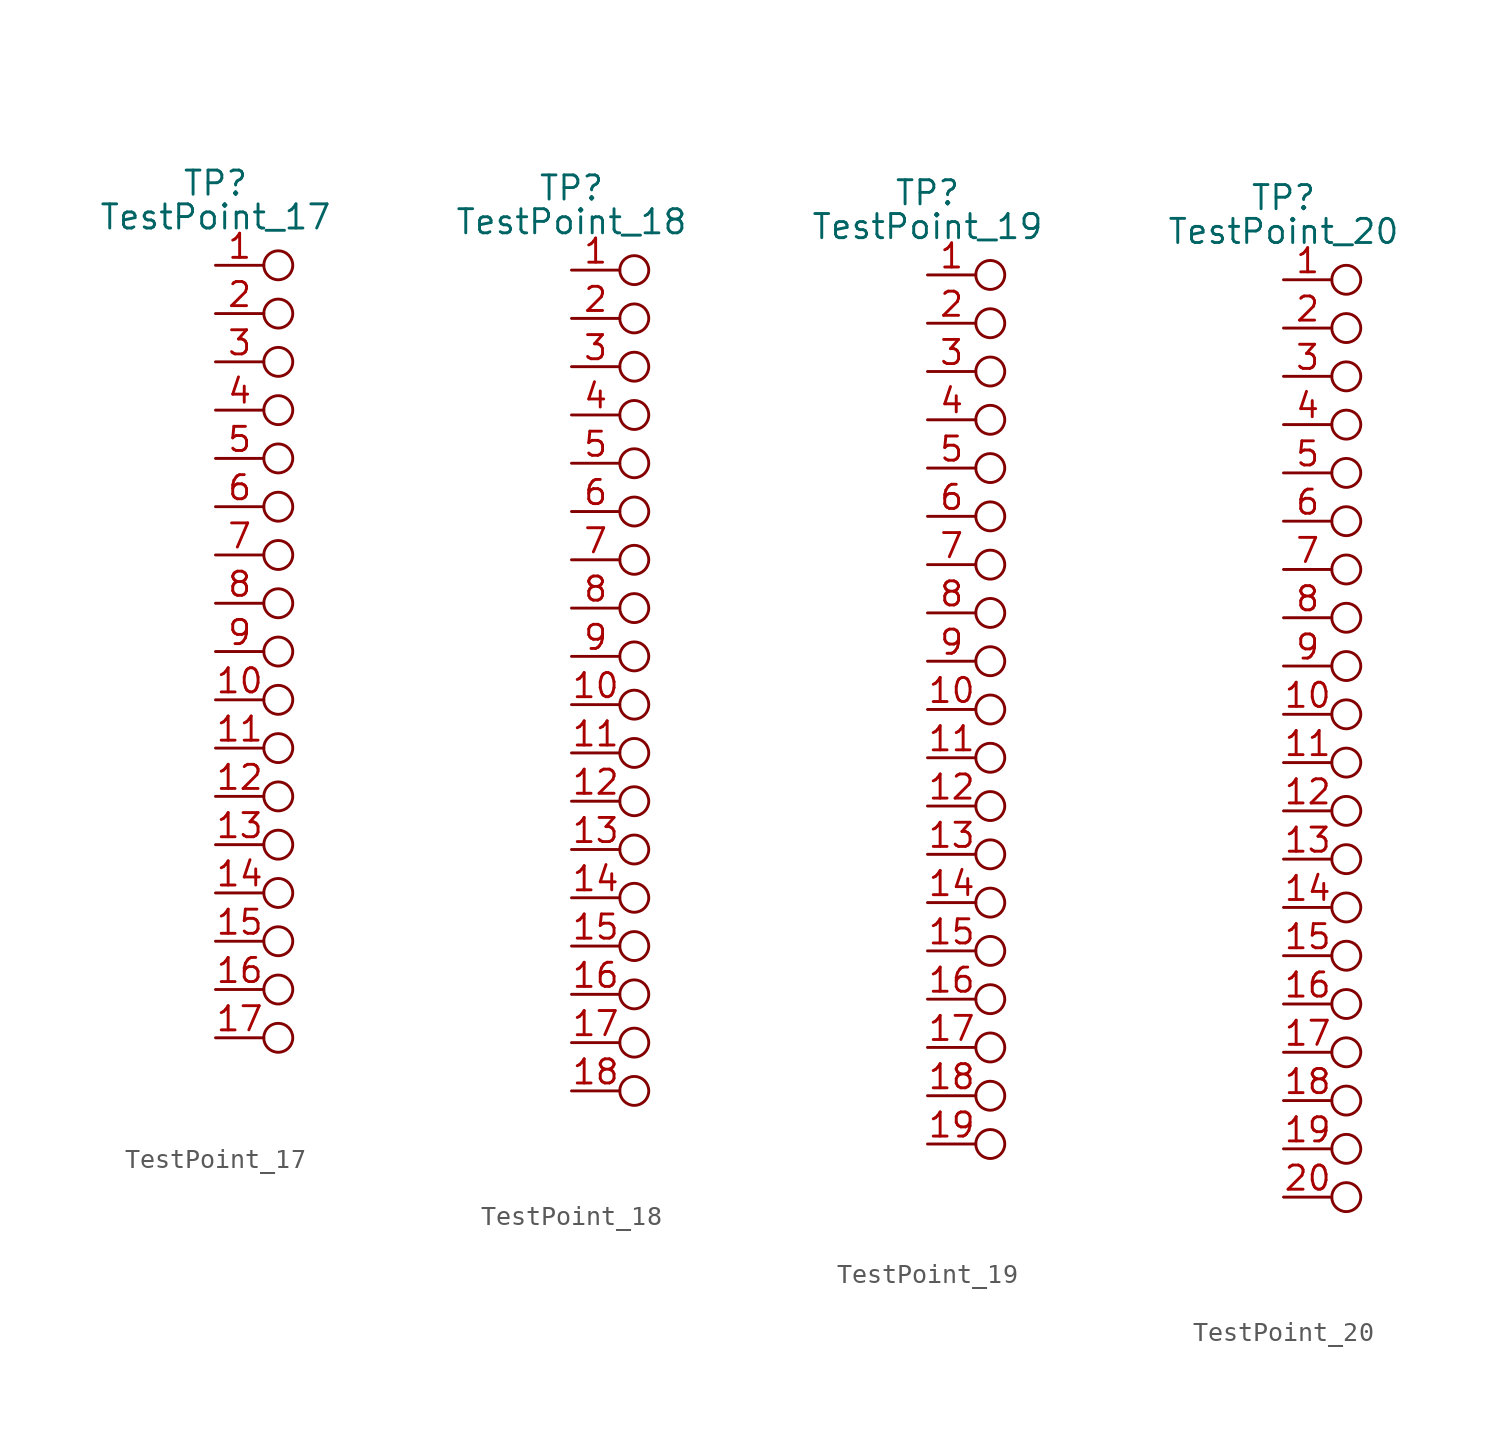
<source format=kicad_sym>
(kicad_symbol_lib
  (version 20211014)
  (generator kicad_symbol_editor)
  (symbol "TestPoint_17"
    (pin_names
      (offset 0.762) hide)
    (property "Reference" "TP"
      (at 0 4.318 0)
      (effects (font (size 1.27 1.27))))
    (property "Value" "TestPoint_17"
      (at 0 2.54 0)
      (effects (font (size 1.27 1.27))))
    (symbol "TestPoint_17_0_1"
      (circle (center 3.302 0) (radius 0.762) (stroke (width 0) (type default) (color 0 0 0 0)) (fill (type none))))
    (symbol "TestPoint_17_1_1"
      (circle (center 3.302 -40.64) (radius 0.762) (stroke (width 0) (type default) (color 0 0 0 0)) (fill (type none)))
      (circle (center 3.302 -38.1) (radius 0.762) (stroke (width 0) (type default) (color 0 0 0 0)) (fill (type none)))
      (circle (center 3.302 -35.56) (radius 0.762) (stroke (width 0) (type default) (color 0 0 0 0)) (fill (type none)))
      (circle (center 3.302 -33.02) (radius 0.762) (stroke (width 0) (type default) (color 0 0 0 0)) (fill (type none)))
      (circle (center 3.302 -30.48) (radius 0.762) (stroke (width 0) (type default) (color 0 0 0 0)) (fill (type none)))
      (circle (center 3.302 -27.94) (radius 0.762) (stroke (width 0) (type default) (color 0 0 0 0)) (fill (type none)))
      (circle (center 3.302 -25.4) (radius 0.762) (stroke (width 0) (type default) (color 0 0 0 0)) (fill (type none)))
      (circle (center 3.302 -22.86) (radius 0.762) (stroke (width 0) (type default) (color 0 0 0 0)) (fill (type none)))
      (circle (center 3.302 -20.32) (radius 0.762) (stroke (width 0) (type default) (color 0 0 0 0)) (fill (type none)))
      (circle (center 3.302 -17.78) (radius 0.762) (stroke (width 0) (type default) (color 0 0 0 0)) (fill (type none)))
      (circle (center 3.302 -15.24) (radius 0.762) (stroke (width 0) (type default) (color 0 0 0 0)) (fill (type none)))
      (circle (center 3.302 -12.7) (radius 0.762) (stroke (width 0) (type default) (color 0 0 0 0)) (fill (type none)))
      (circle (center 3.302 -10.16) (radius 0.762) (stroke (width 0) (type default) (color 0 0 0 0)) (fill (type none)))
      (circle (center 3.302 -7.62) (radius 0.762) (stroke (width 0) (type default) (color 0 0 0 0)) (fill (type none)))
      (circle (center 3.302 -5.08) (radius 0.762) (stroke (width 0) (type default) (color 0 0 0 0)) (fill (type none)))
      (circle (center 3.302 -2.54) (radius 0.762) (stroke (width 0) (type default) (color 0 0 0 0)) (fill (type none)))
      (pin passive line (at 0 0 0) (length 2.54) (name "1" (effects (font (size 1.27 1.27)))) (number "1" (effects (font (size 1.27 1.27)))))
      (pin passive line (at 0 -22.86 0) (length 2.54) (name "10" (effects (font (size 1.27 1.27)))) (number "10" (effects (font (size 1.27 1.27)))))
      (pin passive line (at 0 -25.4 0) (length 2.54) (name "11" (effects (font (size 1.27 1.27)))) (number "11" (effects (font (size 1.27 1.27)))))
      (pin passive line (at 0 -27.94 0) (length 2.54) (name "12" (effects (font (size 1.27 1.27)))) (number "12" (effects (font (size 1.27 1.27)))))
      (pin passive line (at 0 -30.48 0) (length 2.54) (name "13" (effects (font (size 1.27 1.27)))) (number "13" (effects (font (size 1.27 1.27)))))
      (pin passive line (at 0 -33.02 0) (length 2.54) (name "14" (effects (font (size 1.27 1.27)))) (number "14" (effects (font (size 1.27 1.27)))))
      (pin passive line (at 0 -35.56 0) (length 2.54) (name "15" (effects (font (size 1.27 1.27)))) (number "15" (effects (font (size 1.27 1.27)))))
      (pin passive line (at 0 -38.1 0) (length 2.54) (name "16" (effects (font (size 1.27 1.27)))) (number "16" (effects (font (size 1.27 1.27)))))
      (pin passive line (at 0 -40.64 0) (length 2.54) (name "17" (effects (font (size 1.27 1.27)))) (number "17" (effects (font (size 1.27 1.27)))))
      (pin passive line (at 0 -2.54 0) (length 2.54) (name "2" (effects (font (size 1.27 1.27)))) (number "2" (effects (font (size 1.27 1.27)))))
      (pin passive line (at 0 -5.08 0) (length 2.54) (name "3" (effects (font (size 1.27 1.27)))) (number "3" (effects (font (size 1.27 1.27)))))
      (pin passive line (at 0 -7.62 0) (length 2.54) (name "4" (effects (font (size 1.27 1.27)))) (number "4" (effects (font (size 1.27 1.27)))))
      (pin passive line (at 0 -10.16 0) (length 2.54) (name "5" (effects (font (size 1.27 1.27)))) (number "5" (effects (font (size 1.27 1.27)))))
      (pin passive line (at 0 -12.7 0) (length 2.54) (name "6" (effects (font (size 1.27 1.27)))) (number "6" (effects (font (size 1.27 1.27)))))
      (pin passive line (at 0 -15.24 0) (length 2.54) (name "7" (effects (font (size 1.27 1.27)))) (number "7" (effects (font (size 1.27 1.27)))))
      (pin passive line (at 0 -17.78 0) (length 2.54) (name "8" (effects (font (size 1.27 1.27)))) (number "8" (effects (font (size 1.27 1.27)))))
      (pin passive line (at 0 -20.32 0) (length 2.54) (name "9" (effects (font (size 1.27 1.27)))) (number "9" (effects (font (size 1.27 1.27)))))))
  (symbol "TestPoint_18"
    (pin_names
      (offset 0.762) hide)
    (property "Reference" "TP"
      (at 0 4.318 0)
      (effects (font (size 1.27 1.27))))
    (property "Value" "TestPoint_18"
      (at 0 2.54 0)
      (effects (font (size 1.27 1.27))))
    (symbol "TestPoint_18_0_1"
      (circle (center 3.302 0) (radius 0.762) (stroke (width 0) (type default) (color 0 0 0 0)) (fill (type none))))
    (symbol "TestPoint_18_1_1"
      (circle (center 3.302 -43.18) (radius 0.762) (stroke (width 0) (type default) (color 0 0 0 0)) (fill (type none)))
      (circle (center 3.302 -40.64) (radius 0.762) (stroke (width 0) (type default) (color 0 0 0 0)) (fill (type none)))
      (circle (center 3.302 -38.1) (radius 0.762) (stroke (width 0) (type default) (color 0 0 0 0)) (fill (type none)))
      (circle (center 3.302 -35.56) (radius 0.762) (stroke (width 0) (type default) (color 0 0 0 0)) (fill (type none)))
      (circle (center 3.302 -33.02) (radius 0.762) (stroke (width 0) (type default) (color 0 0 0 0)) (fill (type none)))
      (circle (center 3.302 -30.48) (radius 0.762) (stroke (width 0) (type default) (color 0 0 0 0)) (fill (type none)))
      (circle (center 3.302 -27.94) (radius 0.762) (stroke (width 0) (type default) (color 0 0 0 0)) (fill (type none)))
      (circle (center 3.302 -25.4) (radius 0.762) (stroke (width 0) (type default) (color 0 0 0 0)) (fill (type none)))
      (circle (center 3.302 -22.86) (radius 0.762) (stroke (width 0) (type default) (color 0 0 0 0)) (fill (type none)))
      (circle (center 3.302 -20.32) (radius 0.762) (stroke (width 0) (type default) (color 0 0 0 0)) (fill (type none)))
      (circle (center 3.302 -17.78) (radius 0.762) (stroke (width 0) (type default) (color 0 0 0 0)) (fill (type none)))
      (circle (center 3.302 -15.24) (radius 0.762) (stroke (width 0) (type default) (color 0 0 0 0)) (fill (type none)))
      (circle (center 3.302 -12.7) (radius 0.762) (stroke (width 0) (type default) (color 0 0 0 0)) (fill (type none)))
      (circle (center 3.302 -10.16) (radius 0.762) (stroke (width 0) (type default) (color 0 0 0 0)) (fill (type none)))
      (circle (center 3.302 -7.62) (radius 0.762) (stroke (width 0) (type default) (color 0 0 0 0)) (fill (type none)))
      (circle (center 3.302 -5.08) (radius 0.762) (stroke (width 0) (type default) (color 0 0 0 0)) (fill (type none)))
      (circle (center 3.302 -2.54) (radius 0.762) (stroke (width 0) (type default) (color 0 0 0 0)) (fill (type none)))
      (pin passive line (at 0 0 0) (length 2.54) (name "1" (effects (font (size 1.27 1.27)))) (number "1" (effects (font (size 1.27 1.27)))))
      (pin passive line (at 0 -22.86 0) (length 2.54) (name "10" (effects (font (size 1.27 1.27)))) (number "10" (effects (font (size 1.27 1.27)))))
      (pin passive line (at 0 -25.4 0) (length 2.54) (name "11" (effects (font (size 1.27 1.27)))) (number "11" (effects (font (size 1.27 1.27)))))
      (pin passive line (at 0 -27.94 0) (length 2.54) (name "12" (effects (font (size 1.27 1.27)))) (number "12" (effects (font (size 1.27 1.27)))))
      (pin passive line (at 0 -30.48 0) (length 2.54) (name "13" (effects (font (size 1.27 1.27)))) (number "13" (effects (font (size 1.27 1.27)))))
      (pin passive line (at 0 -33.02 0) (length 2.54) (name "14" (effects (font (size 1.27 1.27)))) (number "14" (effects (font (size 1.27 1.27)))))
      (pin passive line (at 0 -35.56 0) (length 2.54) (name "15" (effects (font (size 1.27 1.27)))) (number "15" (effects (font (size 1.27 1.27)))))
      (pin passive line (at 0 -38.1 0) (length 2.54) (name "16" (effects (font (size 1.27 1.27)))) (number "16" (effects (font (size 1.27 1.27)))))
      (pin passive line (at 0 -40.64 0) (length 2.54) (name "17" (effects (font (size 1.27 1.27)))) (number "17" (effects (font (size 1.27 1.27)))))
      (pin passive line (at 0 -43.18 0) (length 2.54) (name "18" (effects (font (size 1.27 1.27)))) (number "18" (effects (font (size 1.27 1.27)))))
      (pin passive line (at 0 -2.54 0) (length 2.54) (name "2" (effects (font (size 1.27 1.27)))) (number "2" (effects (font (size 1.27 1.27)))))
      (pin passive line (at 0 -5.08 0) (length 2.54) (name "3" (effects (font (size 1.27 1.27)))) (number "3" (effects (font (size 1.27 1.27)))))
      (pin passive line (at 0 -7.62 0) (length 2.54) (name "4" (effects (font (size 1.27 1.27)))) (number "4" (effects (font (size 1.27 1.27)))))
      (pin passive line (at 0 -10.16 0) (length 2.54) (name "5" (effects (font (size 1.27 1.27)))) (number "5" (effects (font (size 1.27 1.27)))))
      (pin passive line (at 0 -12.7 0) (length 2.54) (name "6" (effects (font (size 1.27 1.27)))) (number "6" (effects (font (size 1.27 1.27)))))
      (pin passive line (at 0 -15.24 0) (length 2.54) (name "7" (effects (font (size 1.27 1.27)))) (number "7" (effects (font (size 1.27 1.27)))))
      (pin passive line (at 0 -17.78 0) (length 2.54) (name "8" (effects (font (size 1.27 1.27)))) (number "8" (effects (font (size 1.27 1.27)))))
      (pin passive line (at 0 -20.32 0) (length 2.54) (name "9" (effects (font (size 1.27 1.27)))) (number "9" (effects (font (size 1.27 1.27)))))))
  (symbol "TestPoint_19"
    (pin_names
      (offset 0.762) hide)
    (property "Reference" "TP"
      (at 0 4.318 0)
      (effects (font (size 1.27 1.27))))
    (property "Value" "TestPoint_19"
      (at 0 2.54 0)
      (effects (font (size 1.27 1.27))))
    (symbol "TestPoint_19_0_1"
      (circle (center 3.302 0) (radius 0.762) (stroke (width 0) (type default) (color 0 0 0 0)) (fill (type none))))
    (symbol "TestPoint_19_1_1"
      (circle (center 3.302 -45.72) (radius 0.762) (stroke (width 0) (type default) (color 0 0 0 0)) (fill (type none)))
      (circle (center 3.302 -43.18) (radius 0.762) (stroke (width 0) (type default) (color 0 0 0 0)) (fill (type none)))
      (circle (center 3.302 -40.64) (radius 0.762) (stroke (width 0) (type default) (color 0 0 0 0)) (fill (type none)))
      (circle (center 3.302 -38.1) (radius 0.762) (stroke (width 0) (type default) (color 0 0 0 0)) (fill (type none)))
      (circle (center 3.302 -35.56) (radius 0.762) (stroke (width 0) (type default) (color 0 0 0 0)) (fill (type none)))
      (circle (center 3.302 -33.02) (radius 0.762) (stroke (width 0) (type default) (color 0 0 0 0)) (fill (type none)))
      (circle (center 3.302 -30.48) (radius 0.762) (stroke (width 0) (type default) (color 0 0 0 0)) (fill (type none)))
      (circle (center 3.302 -27.94) (radius 0.762) (stroke (width 0) (type default) (color 0 0 0 0)) (fill (type none)))
      (circle (center 3.302 -25.4) (radius 0.762) (stroke (width 0) (type default) (color 0 0 0 0)) (fill (type none)))
      (circle (center 3.302 -22.86) (radius 0.762) (stroke (width 0) (type default) (color 0 0 0 0)) (fill (type none)))
      (circle (center 3.302 -20.32) (radius 0.762) (stroke (width 0) (type default) (color 0 0 0 0)) (fill (type none)))
      (circle (center 3.302 -17.78) (radius 0.762) (stroke (width 0) (type default) (color 0 0 0 0)) (fill (type none)))
      (circle (center 3.302 -15.24) (radius 0.762) (stroke (width 0) (type default) (color 0 0 0 0)) (fill (type none)))
      (circle (center 3.302 -12.7) (radius 0.762) (stroke (width 0) (type default) (color 0 0 0 0)) (fill (type none)))
      (circle (center 3.302 -10.16) (radius 0.762) (stroke (width 0) (type default) (color 0 0 0 0)) (fill (type none)))
      (circle (center 3.302 -7.62) (radius 0.762) (stroke (width 0) (type default) (color 0 0 0 0)) (fill (type none)))
      (circle (center 3.302 -5.08) (radius 0.762) (stroke (width 0) (type default) (color 0 0 0 0)) (fill (type none)))
      (circle (center 3.302 -2.54) (radius 0.762) (stroke (width 0) (type default) (color 0 0 0 0)) (fill (type none)))
      (pin passive line (at 0 0 0) (length 2.54) (name "1" (effects (font (size 1.27 1.27)))) (number "1" (effects (font (size 1.27 1.27)))))
      (pin passive line (at 0 -22.86 0) (length 2.54) (name "10" (effects (font (size 1.27 1.27)))) (number "10" (effects (font (size 1.27 1.27)))))
      (pin passive line (at 0 -25.4 0) (length 2.54) (name "11" (effects (font (size 1.27 1.27)))) (number "11" (effects (font (size 1.27 1.27)))))
      (pin passive line (at 0 -27.94 0) (length 2.54) (name "12" (effects (font (size 1.27 1.27)))) (number "12" (effects (font (size 1.27 1.27)))))
      (pin passive line (at 0 -30.48 0) (length 2.54) (name "13" (effects (font (size 1.27 1.27)))) (number "13" (effects (font (size 1.27 1.27)))))
      (pin passive line (at 0 -33.02 0) (length 2.54) (name "14" (effects (font (size 1.27 1.27)))) (number "14" (effects (font (size 1.27 1.27)))))
      (pin passive line (at 0 -35.56 0) (length 2.54) (name "15" (effects (font (size 1.27 1.27)))) (number "15" (effects (font (size 1.27 1.27)))))
      (pin passive line (at 0 -38.1 0) (length 2.54) (name "16" (effects (font (size 1.27 1.27)))) (number "16" (effects (font (size 1.27 1.27)))))
      (pin passive line (at 0 -40.64 0) (length 2.54) (name "17" (effects (font (size 1.27 1.27)))) (number "17" (effects (font (size 1.27 1.27)))))
      (pin passive line (at 0 -43.18 0) (length 2.54) (name "18" (effects (font (size 1.27 1.27)))) (number "18" (effects (font (size 1.27 1.27)))))
      (pin passive line (at 0 -45.72 0) (length 2.54) (name "19" (effects (font (size 1.27 1.27)))) (number "19" (effects (font (size 1.27 1.27)))))
      (pin passive line (at 0 -2.54 0) (length 2.54) (name "2" (effects (font (size 1.27 1.27)))) (number "2" (effects (font (size 1.27 1.27)))))
      (pin passive line (at 0 -5.08 0) (length 2.54) (name "3" (effects (font (size 1.27 1.27)))) (number "3" (effects (font (size 1.27 1.27)))))
      (pin passive line (at 0 -7.62 0) (length 2.54) (name "4" (effects (font (size 1.27 1.27)))) (number "4" (effects (font (size 1.27 1.27)))))
      (pin passive line (at 0 -10.16 0) (length 2.54) (name "5" (effects (font (size 1.27 1.27)))) (number "5" (effects (font (size 1.27 1.27)))))
      (pin passive line (at 0 -12.7 0) (length 2.54) (name "6" (effects (font (size 1.27 1.27)))) (number "6" (effects (font (size 1.27 1.27)))))
      (pin passive line (at 0 -15.24 0) (length 2.54) (name "7" (effects (font (size 1.27 1.27)))) (number "7" (effects (font (size 1.27 1.27)))))
      (pin passive line (at 0 -17.78 0) (length 2.54) (name "8" (effects (font (size 1.27 1.27)))) (number "8" (effects (font (size 1.27 1.27)))))
      (pin passive line (at 0 -20.32 0) (length 2.54) (name "9" (effects (font (size 1.27 1.27)))) (number "9" (effects (font (size 1.27 1.27)))))))
  (symbol "TestPoint_20"
    (pin_names
      (offset 0.762) hide)
    (property "Reference" "TP"
      (at 0 4.318 0)
      (effects (font (size 1.27 1.27))))
    (property "Value" "TestPoint_20"
      (at 0 2.54 0)
      (effects (font (size 1.27 1.27))))
    (symbol "TestPoint_20_0_1"
      (circle (center 3.302 0) (radius 0.762) (stroke (width 0) (type default) (color 0 0 0 0)) (fill (type none))))
    (symbol "TestPoint_20_1_1"
      (circle (center 3.302 -48.26) (radius 0.762) (stroke (width 0) (type default) (color 0 0 0 0)) (fill (type none)))
      (circle (center 3.302 -45.72) (radius 0.762) (stroke (width 0) (type default) (color 0 0 0 0)) (fill (type none)))
      (circle (center 3.302 -43.18) (radius 0.762) (stroke (width 0) (type default) (color 0 0 0 0)) (fill (type none)))
      (circle (center 3.302 -40.64) (radius 0.762) (stroke (width 0) (type default) (color 0 0 0 0)) (fill (type none)))
      (circle (center 3.302 -38.1) (radius 0.762) (stroke (width 0) (type default) (color 0 0 0 0)) (fill (type none)))
      (circle (center 3.302 -35.56) (radius 0.762) (stroke (width 0) (type default) (color 0 0 0 0)) (fill (type none)))
      (circle (center 3.302 -33.02) (radius 0.762) (stroke (width 0) (type default) (color 0 0 0 0)) (fill (type none)))
      (circle (center 3.302 -30.48) (radius 0.762) (stroke (width 0) (type default) (color 0 0 0 0)) (fill (type none)))
      (circle (center 3.302 -27.94) (radius 0.762) (stroke (width 0) (type default) (color 0 0 0 0)) (fill (type none)))
      (circle (center 3.302 -25.4) (radius 0.762) (stroke (width 0) (type default) (color 0 0 0 0)) (fill (type none)))
      (circle (center 3.302 -22.86) (radius 0.762) (stroke (width 0) (type default) (color 0 0 0 0)) (fill (type none)))
      (circle (center 3.302 -20.32) (radius 0.762) (stroke (width 0) (type default) (color 0 0 0 0)) (fill (type none)))
      (circle (center 3.302 -17.78) (radius 0.762) (stroke (width 0) (type default) (color 0 0 0 0)) (fill (type none)))
      (circle (center 3.302 -15.24) (radius 0.762) (stroke (width 0) (type default) (color 0 0 0 0)) (fill (type none)))
      (circle (center 3.302 -12.7) (radius 0.762) (stroke (width 0) (type default) (color 0 0 0 0)) (fill (type none)))
      (circle (center 3.302 -10.16) (radius 0.762) (stroke (width 0) (type default) (color 0 0 0 0)) (fill (type none)))
      (circle (center 3.302 -7.62) (radius 0.762) (stroke (width 0) (type default) (color 0 0 0 0)) (fill (type none)))
      (circle (center 3.302 -5.08) (radius 0.762) (stroke (width 0) (type default) (color 0 0 0 0)) (fill (type none)))
      (circle (center 3.302 -2.54) (radius 0.762) (stroke (width 0) (type default) (color 0 0 0 0)) (fill (type none)))
      (pin passive line (at 0 0 0) (length 2.54) (name "1" (effects (font (size 1.27 1.27)))) (number "1" (effects (font (size 1.27 1.27)))))
      (pin passive line (at 0 -22.86 0) (length 2.54) (name "10" (effects (font (size 1.27 1.27)))) (number "10" (effects (font (size 1.27 1.27)))))
      (pin passive line (at 0 -25.4 0) (length 2.54) (name "11" (effects (font (size 1.27 1.27)))) (number "11" (effects (font (size 1.27 1.27)))))
      (pin passive line (at 0 -27.94 0) (length 2.54) (name "12" (effects (font (size 1.27 1.27)))) (number "12" (effects (font (size 1.27 1.27)))))
      (pin passive line (at 0 -30.48 0) (length 2.54) (name "13" (effects (font (size 1.27 1.27)))) (number "13" (effects (font (size 1.27 1.27)))))
      (pin passive line (at 0 -33.02 0) (length 2.54) (name "14" (effects (font (size 1.27 1.27)))) (number "14" (effects (font (size 1.27 1.27)))))
      (pin passive line (at 0 -35.56 0) (length 2.54) (name "15" (effects (font (size 1.27 1.27)))) (number "15" (effects (font (size 1.27 1.27)))))
      (pin passive line (at 0 -38.1 0) (length 2.54) (name "16" (effects (font (size 1.27 1.27)))) (number "16" (effects (font (size 1.27 1.27)))))
      (pin passive line (at 0 -40.64 0) (length 2.54) (name "17" (effects (font (size 1.27 1.27)))) (number "17" (effects (font (size 1.27 1.27)))))
      (pin passive line (at 0 -43.18 0) (length 2.54) (name "18" (effects (font (size 1.27 1.27)))) (number "18" (effects (font (size 1.27 1.27)))))
      (pin passive line (at 0 -45.72 0) (length 2.54) (name "19" (effects (font (size 1.27 1.27)))) (number "19" (effects (font (size 1.27 1.27)))))
      (pin passive line (at 0 -2.54 0) (length 2.54) (name "2" (effects (font (size 1.27 1.27)))) (number "2" (effects (font (size 1.27 1.27)))))
      (pin passive line (at 0 -48.26 0) (length 2.54) (name "20" (effects (font (size 1.27 1.27)))) (number "20" (effects (font (size 1.27 1.27)))))
      (pin passive line (at 0 -5.08 0) (length 2.54) (name "3" (effects (font (size 1.27 1.27)))) (number "3" (effects (font (size 1.27 1.27)))))
      (pin passive line (at 0 -7.62 0) (length 2.54) (name "4" (effects (font (size 1.27 1.27)))) (number "4" (effects (font (size 1.27 1.27)))))
      (pin passive line (at 0 -10.16 0) (length 2.54) (name "5" (effects (font (size 1.27 1.27)))) (number "5" (effects (font (size 1.27 1.27)))))
      (pin passive line (at 0 -12.7 0) (length 2.54) (name "6" (effects (font (size 1.27 1.27)))) (number "6" (effects (font (size 1.27 1.27)))))
      (pin passive line (at 0 -15.24 0) (length 2.54) (name "7" (effects (font (size 1.27 1.27)))) (number "7" (effects (font (size 1.27 1.27)))))
      (pin passive line (at 0 -17.78 0) (length 2.54) (name "8" (effects (font (size 1.27 1.27)))) (number "8" (effects (font (size 1.27 1.27)))))
      (pin passive line (at 0 -20.32 0) (length 2.54) (name "9" (effects (font (size 1.27 1.27)))) (number "9" (effects (font (size 1.27 1.27))))))))
</source>
